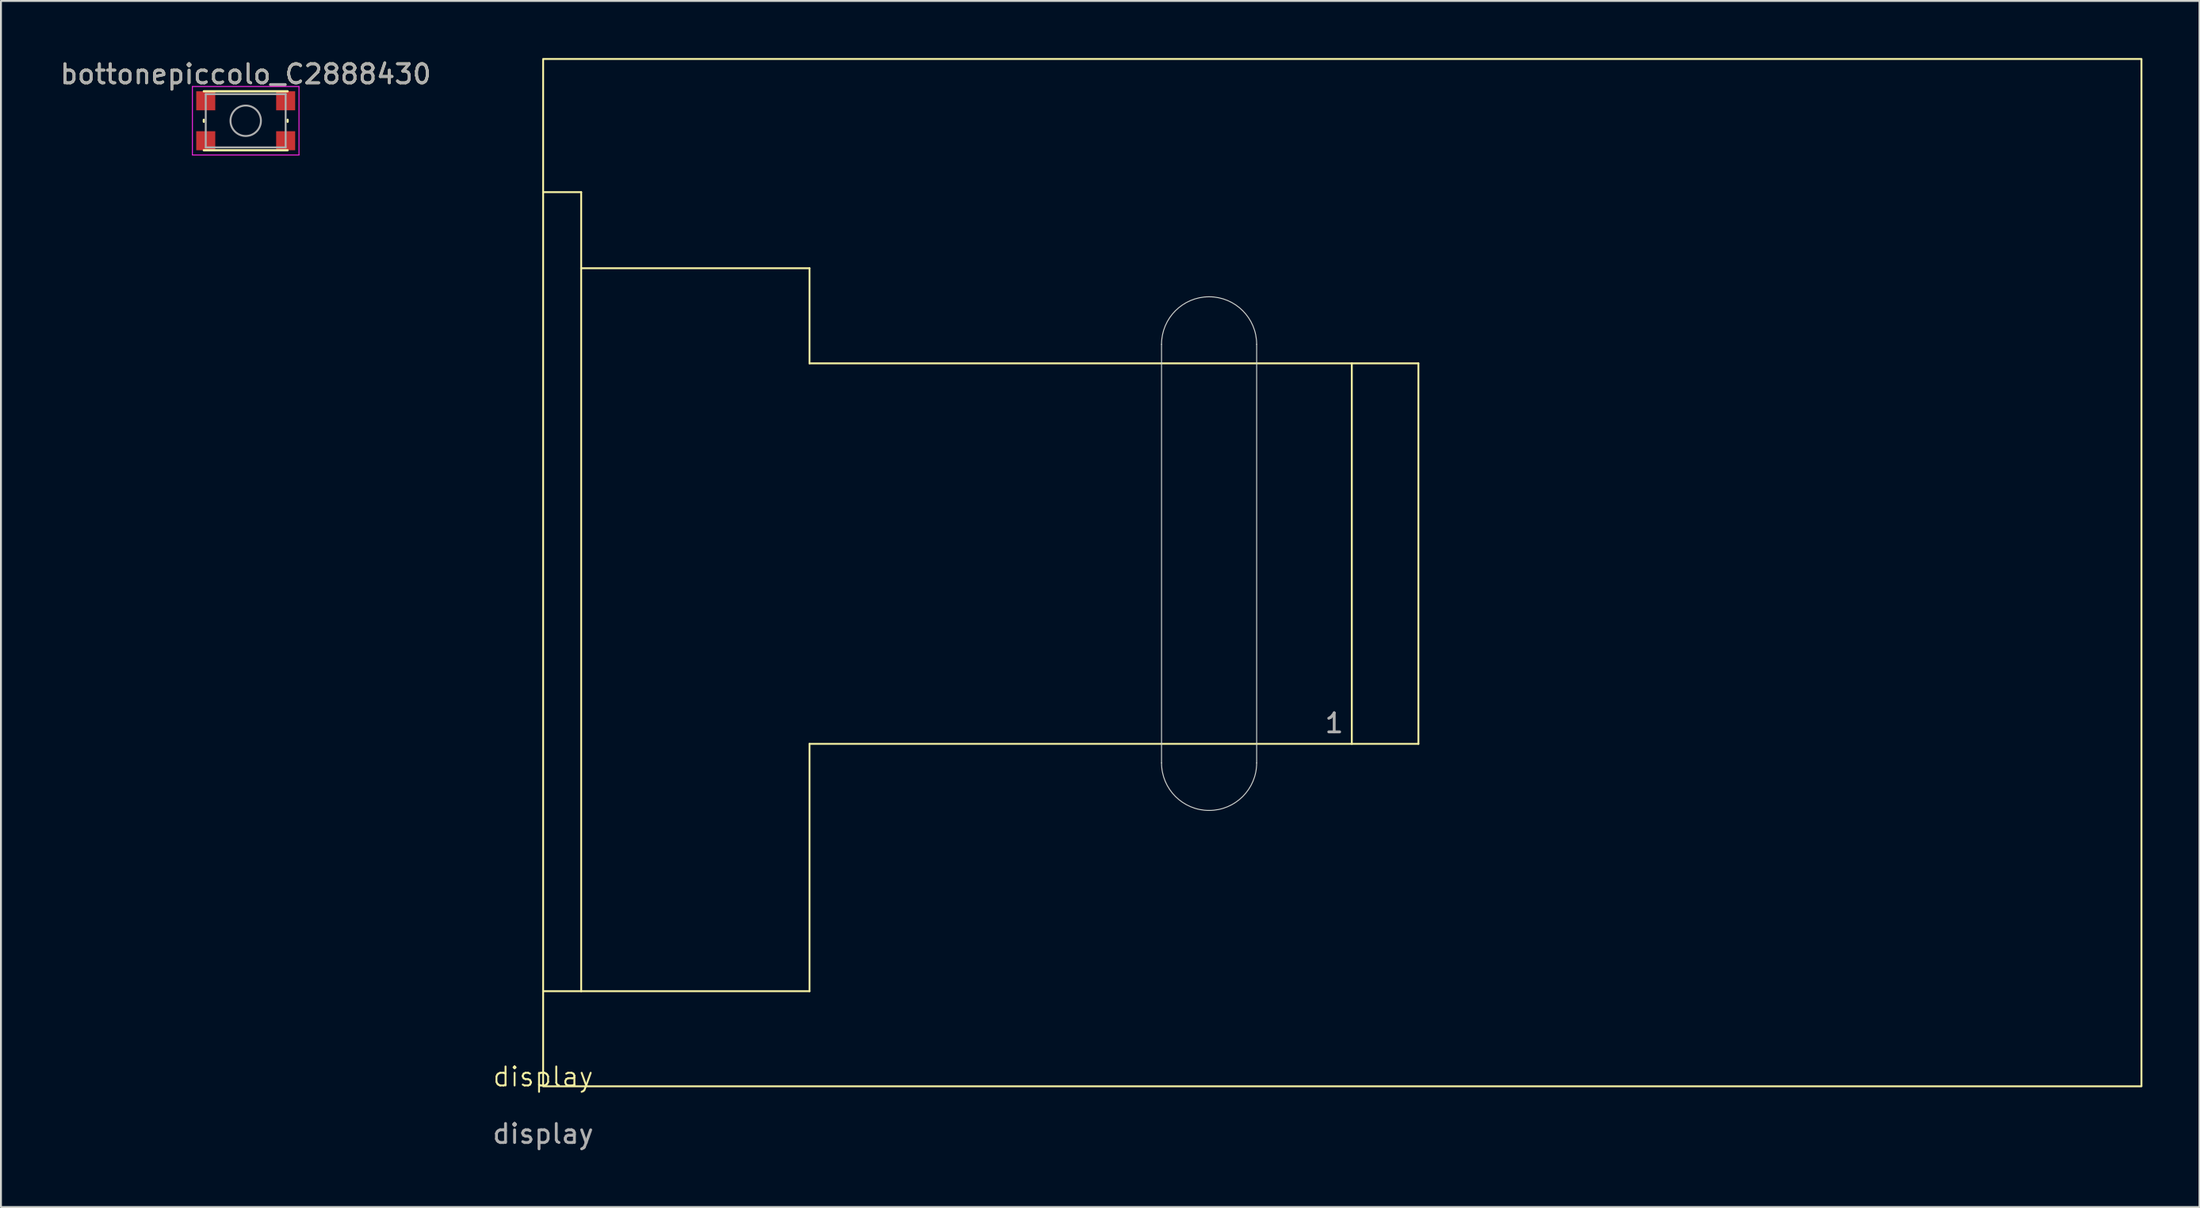
<source format=kicad_pcb>
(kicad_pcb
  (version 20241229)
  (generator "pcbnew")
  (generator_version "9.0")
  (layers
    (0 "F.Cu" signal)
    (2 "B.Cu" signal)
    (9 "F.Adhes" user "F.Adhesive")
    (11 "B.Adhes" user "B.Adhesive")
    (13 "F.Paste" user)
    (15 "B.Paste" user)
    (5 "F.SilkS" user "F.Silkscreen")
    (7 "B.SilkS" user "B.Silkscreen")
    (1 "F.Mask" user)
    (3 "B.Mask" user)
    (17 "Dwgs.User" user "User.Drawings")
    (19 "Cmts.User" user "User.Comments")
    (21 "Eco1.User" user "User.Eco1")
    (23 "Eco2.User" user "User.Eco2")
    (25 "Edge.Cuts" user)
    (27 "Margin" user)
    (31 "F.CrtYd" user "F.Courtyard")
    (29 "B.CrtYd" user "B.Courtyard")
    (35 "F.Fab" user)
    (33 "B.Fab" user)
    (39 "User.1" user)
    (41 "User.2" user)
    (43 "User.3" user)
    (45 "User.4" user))
  (footprint "bottonepiccolo_C2888430"
    (layer "F.Cu")
    (at 9.863 3.298)
    (property "Reference" "bottonepiccolo_C2888430" (at 0 -2.45 0) (layer "F.SilkS") (effects (font (size 1 1) (thickness 0.15))))
    (attr smd)
    (fp_line (start -2.2 0.05) (end -2.2 -0.05) (stroke (width 0.12) (type solid)) (layer "F.SilkS"))
    (fp_line (start -2.2 1.55) (end 2.2 1.55) (stroke (width 0.12) (type solid)) (layer "F.SilkS"))
    (fp_line (start 2.2 -1.55) (end -2.2 -1.55) (stroke (width 0.12) (type solid)) (layer "F.SilkS"))
    (fp_line (start 2.2 0.05) (end 2.2 -0.05) (stroke (width 0.12) (type solid)) (layer "F.SilkS"))
    (fp_line (start -2.8 -1.8) (end 2.8 -1.8) (stroke (width 0.05) (type solid)) (layer "F.CrtYd"))
    (fp_line (start -2.8 1.8) (end -2.8 -1.8) (stroke (width 0.05) (type solid)) (layer "F.CrtYd"))
    (fp_line (start 2.8 -1.8) (end 2.8 1.8) (stroke (width 0.05) (type solid)) (layer "F.CrtYd"))
    (fp_line (start 2.8 1.8) (end -2.8 1.8) (stroke (width 0.05) (type solid)) (layer "F.CrtYd"))
    (fp_line (start -2.1 -1.4) (end 2.1 -1.4) (stroke (width 0.1) (type solid)) (layer "F.Fab"))
    (fp_line (start -2.1 1.4) (end -2.1 -1.4) (stroke (width 0.1) (type solid)) (layer "F.Fab"))
    (fp_line (start 2.1 -1.4) (end 2.1 1.4) (stroke (width 0.1) (type solid)) (layer "F.Fab"))
    (fp_line (start 2.1 1.4) (end -2.1 1.4) (stroke (width 0.1) (type solid)) (layer "F.Fab"))
    (fp_circle (center 0 0) (end 0 0.8) (stroke (width 0.1) (type solid)) (fill no) (layer "F.Fab"))
    (fp_text user "${REFERENCE}" (at 0 -2.45 0) (layer "F.Fab") (effects (font (size 1 1) (thickness 0.15))))
    (pad "1" smd rect (at -2.1 -1.05) (size 1 1) (layers "F.Cu" "F.Mask" "F.Paste"))
    (pad "1" smd rect (at 2.1 -1.05) (size 1 1) (layers "F.Cu" "F.Mask" "F.Paste"))
    (pad "2" smd rect (at -2.1 1.05) (size 1 1) (layers "F.Cu" "F.Mask" "F.Paste"))
    (pad "2" smd rect (at 2.1 1.05) (size 1 1) (layers "F.Cu" "F.Mask" "F.Paste")))
  (footprint "display"
    (layer "F.Cu")
    (at 25.494 54.05)
    (property "Reference" "display" (at 0 -0.5 0) (unlocked yes) (layer "F.SilkS") (effects (font (size 1 1) (thickness 0.1))))
    (fp_line (start 0 -47) (end 2 -47) (stroke (width 0.1) (type default)) (layer "F.SilkS"))
    (fp_line (start 2 -47) (end 2 -5) (stroke (width 0.1) (type default)) (layer "F.SilkS"))
    (fp_line (start 2 -5) (end 0 -5) (stroke (width 0.1) (type default)) (layer "F.SilkS"))
    (fp_line (start 2 -5) (end 14 -5) (stroke (width 0.1) (type default)) (layer "F.SilkS"))
    (fp_line (start 14 -43) (end 2 -43) (stroke (width 0.1) (type default)) (layer "F.SilkS"))
    (fp_line (start 14 -38) (end 14 -43) (stroke (width 0.1) (type default)) (layer "F.SilkS"))
    (fp_line (start 14 -18) (end 46 -18) (stroke (width 0.1) (type default)) (layer "F.SilkS"))
    (fp_line (start 14 -5) (end 14 -18) (stroke (width 0.1) (type default)) (layer "F.SilkS"))
    (fp_line (start 42.5 -38) (end 42.5 -18) (stroke (width 0.1) (type default)) (layer "F.SilkS"))
    (fp_line (start 46 -38) (end 14 -38) (stroke (width 0.1) (type default)) (layer "F.SilkS"))
    (fp_line (start 46 -18) (end 46 -38) (stroke (width 0.1) (type default)) (layer "F.SilkS"))
    (fp_rect (start 84 -54) (end 0 0) (stroke (width 0.1) (type default)) (fill no) (layer "F.SilkS"))
    (fp_line (start 32.5 -39) (end 32.5 -17) (stroke (width 0.05) (type default)) (layer "Edge.Cuts"))
    (fp_line (start 37.5 -39) (end 37.5 -17) (stroke (width 0.05) (type default)) (layer "Edge.Cuts"))
    (fp_arc (start 32.5 -39) (mid 35 -41.5) (end 37.5 -39) (stroke (width 0.05) (type default)) (layer "Edge.Cuts"))
    (fp_arc (start 37.5 -17) (mid 35 -14.5) (end 32.5 -17) (stroke (width 0.05) (type default)) (layer "Edge.Cuts"))
    (fp_text user "1" (at 41 -18.5 0) (unlocked yes) (layer "F.Fab") (effects (font (size 1 1) (thickness 0.15)) (justify left bottom)))
    (fp_text user "${REFERENCE}" (at 0 2.5 0) (unlocked yes) (layer "F.Fab") (effects (font (size 1 1) (thickness 0.15)))))
  (gr_rect
    (start -3 -3)
    (end 112.544 60.398)
    (stroke (width 0.1) (type default))
    (fill no)
    (layer "Edge.Cuts")))
</source>
